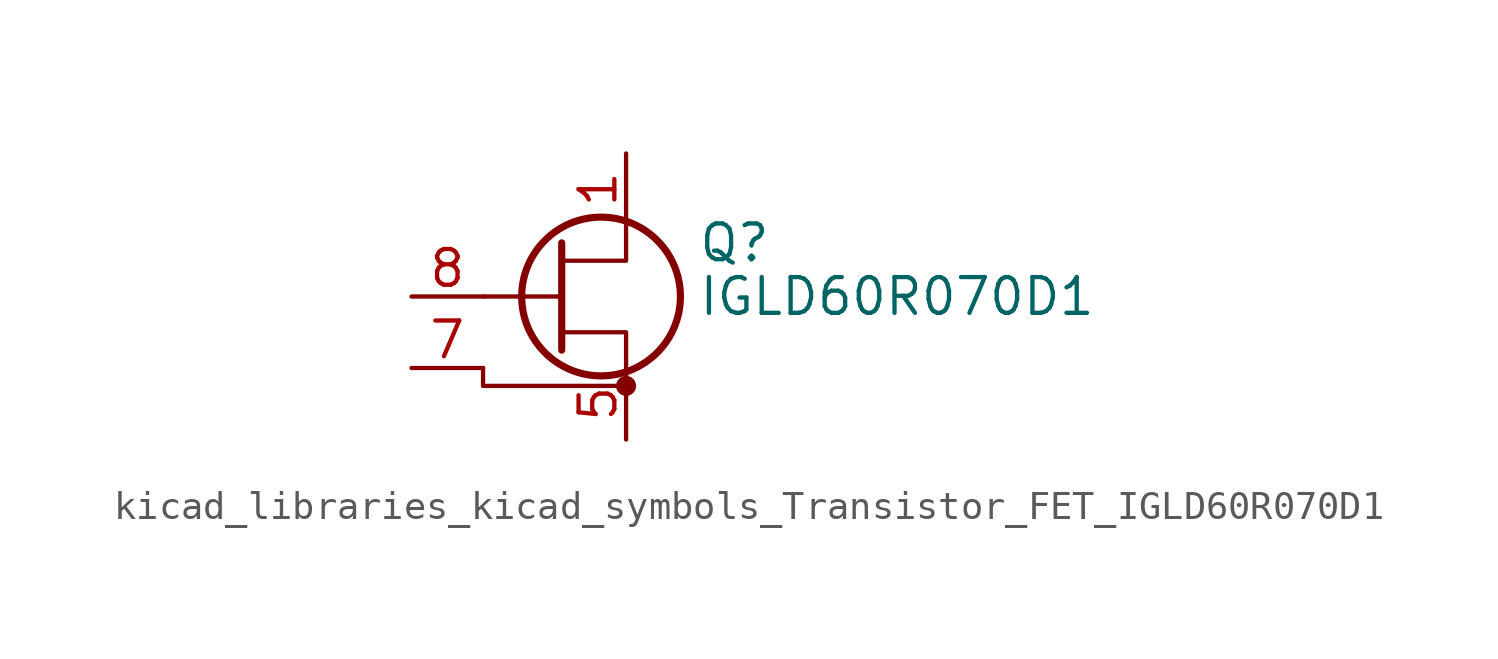
<source format=kicad_sym>
(kicad_symbol_lib
  (version 20220914)
  (generator kicad_symbol_editor)
  (symbol "kicad_libraries_kicad_symbols_Transistor_FET_IGLD60R070D1"
    (pin_names
      (offset 0) hide)
    (property "Reference" "Q"
      (at 5.08 1.905 0)
      (effects (font (size 1.27 1.27)) (justify left)))
    (property "Value" "IGLD60R070D1"
      (at 5.08 0 0)
      (effects (font (size 1.27 1.27)) (justify left)))
    (symbol "kicad_libraries_kicad_symbols_Transistor_FET_IGLD60R070D1_0_1"
      (polyline (pts (xy -2.54 0) (xy 0.254 0)) (stroke (width 0) (type default)) (fill (type none)))
      (polyline (pts (xy -2.54 -2.54) (xy -2.54 -3.175) (xy 2.54 -3.175)) (stroke (width 0) (type default)) (fill (type none)))
      (polyline (pts (xy 0.254 -1.27) (xy 2.54 -1.27) (xy 2.54 -2.54)) (stroke (width 0) (type default)) (fill (type none)))
      (polyline (pts (xy 0.254 1.905) (xy 0.254 -1.905) (xy 0.254 -1.905)) (stroke (width 0.254) (type default)) (fill (type none)))
      (polyline (pts (xy 2.54 2.54) (xy 2.54 1.27) (xy 0.254 1.27)) (stroke (width 0) (type default)) (fill (type none)))
      (circle (center 1.651 0) (radius 2.819) (stroke (width 0.254) (type default)) (fill (type none)))
      (circle (center 2.54 -3.175) (radius 0.279) (stroke (width 0) (type default)) (fill (type outline))))
    (symbol "kicad_libraries_kicad_symbols_Transistor_FET_IGLD60R070D1_1_1"
      (pin passive line (at 2.54 5.08 270) (length 2.54) (name "D" (effects (font (size 1.27 1.27)))) (number "1" (effects (font (size 1.27 1.27)))))
      (pin passive line (at 2.54 5.08 270) (length 2.54) hide (name "D" (effects (font (size 1.27 1.27)))) (number "2" (effects (font (size 1.27 1.27)))))
      (pin passive line (at 2.54 5.08 270) (length 2.54) hide (name "D" (effects (font (size 1.27 1.27)))) (number "3" (effects (font (size 1.27 1.27)))))
      (pin passive line (at 2.54 5.08 270) (length 2.54) hide (name "D" (effects (font (size 1.27 1.27)))) (number "4" (effects (font (size 1.27 1.27)))))
      (pin passive line (at 2.54 -5.08 90) (length 2.54) (name "S" (effects (font (size 1.27 1.27)))) (number "5" (effects (font (size 1.27 1.27)))))
      (pin passive line (at 2.54 -5.08 90) (length 2.54) hide (name "S" (effects (font (size 1.27 1.27)))) (number "6" (effects (font (size 1.27 1.27)))))
      (pin passive line (at -5.08 -2.54 0) (length 2.54) (name "SS" (effects (font (size 1.27 1.27)))) (number "7" (effects (font (size 1.27 1.27)))))
      (pin input line (at -5.08 0 0) (length 2.54) (name "G" (effects (font (size 1.27 1.27)))) (number "8" (effects (font (size 1.27 1.27)))))
      (pin passive line (at 2.54 -5.08 90) (length 2.54) hide (name "S" (effects (font (size 1.27 1.27)))) (number "9" (effects (font (size 1.27 1.27))))))))
</source>
